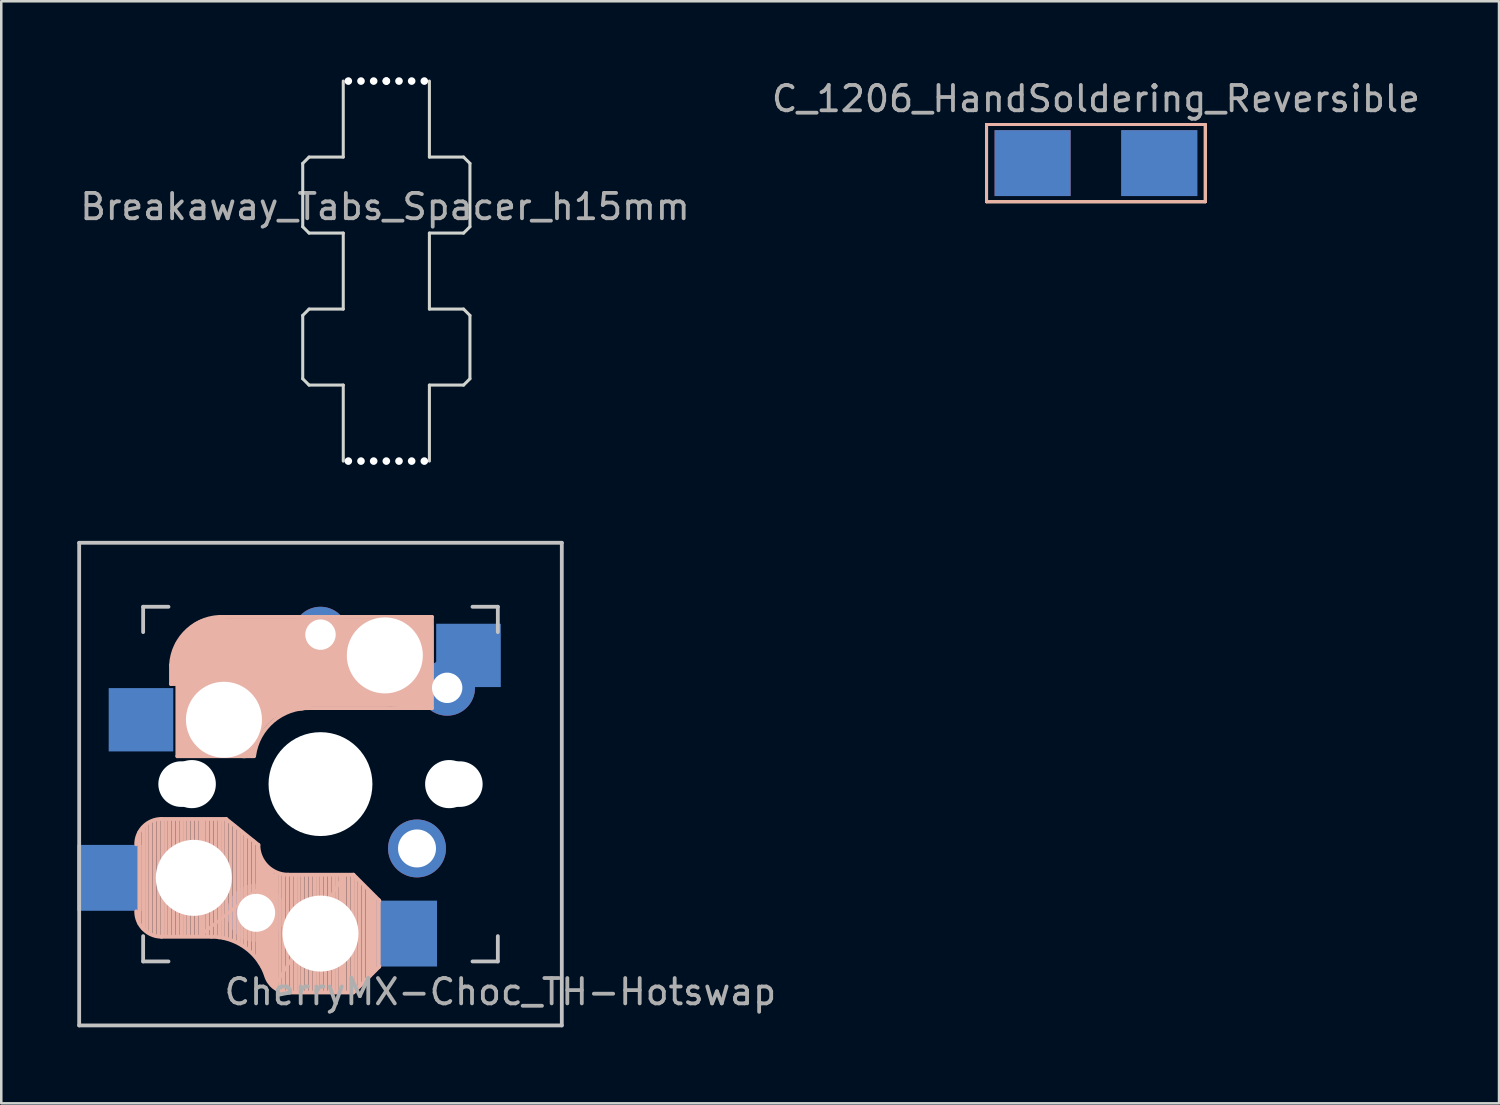
<source format=kicad_pcb>
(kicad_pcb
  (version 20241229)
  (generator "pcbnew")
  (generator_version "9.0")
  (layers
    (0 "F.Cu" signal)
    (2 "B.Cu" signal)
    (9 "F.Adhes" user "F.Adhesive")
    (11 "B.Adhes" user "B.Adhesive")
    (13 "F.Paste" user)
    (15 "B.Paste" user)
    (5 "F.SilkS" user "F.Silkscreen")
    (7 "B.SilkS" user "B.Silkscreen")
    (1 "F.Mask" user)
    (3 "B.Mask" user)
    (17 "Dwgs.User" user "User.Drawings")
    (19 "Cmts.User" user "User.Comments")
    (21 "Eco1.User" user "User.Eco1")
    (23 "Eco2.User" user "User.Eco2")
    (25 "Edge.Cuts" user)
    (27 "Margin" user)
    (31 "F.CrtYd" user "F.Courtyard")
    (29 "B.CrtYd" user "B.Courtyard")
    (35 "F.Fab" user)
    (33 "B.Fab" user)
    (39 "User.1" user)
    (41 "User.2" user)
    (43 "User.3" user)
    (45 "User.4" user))
  (footprint "Breakaway_Tabs_Spacer_h15mm"
    (layer "F.Cu")
    (at 12.199 7.65)
    (property "Reference" "Breakaway_Tabs_Spacer_h15mm" (at -0.05 -2.54 0) (layer "F.Fab") (effects (font (size 1 1) (thickness 0.15))))
    (attr through_hole)
    (fp_line (start -3.3 -4.25) (end -3.3 -1.75) (stroke (width 0.12) (type solid)) (layer "Edge.Cuts"))
    (fp_line (start -3.3 1.75) (end -3.3 4.25) (stroke (width 0.12) (type solid)) (layer "Edge.Cuts"))
    (fp_line (start -3.3 4.25) (end -3.05 4.5) (stroke (width 0.12) (type solid)) (layer "Edge.Cuts"))
    (fp_line (start -3.05 -4.5) (end -3.3 -4.25) (stroke (width 0.12) (type solid)) (layer "Edge.Cuts"))
    (fp_line (start -3.05 -4.5) (end -1.7 -4.5) (stroke (width 0.12) (type solid)) (layer "Edge.Cuts"))
    (fp_line (start -3.05 -1.5) (end -3.3 -1.75) (stroke (width 0.12) (type solid)) (layer "Edge.Cuts"))
    (fp_line (start -3.05 -1.5) (end -1.7 -1.5) (stroke (width 0.12) (type solid)) (layer "Edge.Cuts"))
    (fp_line (start -3.05 1.5) (end -3.3 1.75) (stroke (width 0.12) (type solid)) (layer "Edge.Cuts"))
    (fp_line (start -3.05 1.5) (end -1.7 1.5) (stroke (width 0.12) (type solid)) (layer "Edge.Cuts"))
    (fp_line (start -3.05 4.5) (end -1.7 4.5) (stroke (width 0.12) (type solid)) (layer "Edge.Cuts"))
    (fp_line (start -1.7 -4.5) (end -1.7 -7.5) (stroke (width 0.12) (type solid)) (layer "Edge.Cuts"))
    (fp_line (start -1.7 1.5) (end -1.7 -1.5) (stroke (width 0.12) (type solid)) (layer "Edge.Cuts"))
    (fp_line (start -1.7 7.5) (end -1.7 4.5) (stroke (width 0.12) (type solid)) (layer "Edge.Cuts"))
    (fp_line (start 1.7 -7.5) (end 1.7 -4.5) (stroke (width 0.12) (type solid)) (layer "Edge.Cuts"))
    (fp_line (start 1.7 -1.5) (end 1.7 1.5) (stroke (width 0.12) (type solid)) (layer "Edge.Cuts"))
    (fp_line (start 1.7 4.5) (end 1.7 7.5) (stroke (width 0.12) (type solid)) (layer "Edge.Cuts"))
    (fp_line (start 3.05 -4.5) (end 1.7 -4.5) (stroke (width 0.12) (type solid)) (layer "Edge.Cuts"))
    (fp_line (start 3.05 -1.5) (end 1.7 -1.5) (stroke (width 0.12) (type solid)) (layer "Edge.Cuts"))
    (fp_line (start 3.05 -1.5) (end 3.3 -1.75) (stroke (width 0.12) (type solid)) (layer "Edge.Cuts"))
    (fp_line (start 3.05 1.5) (end 1.7 1.5) (stroke (width 0.12) (type solid)) (layer "Edge.Cuts"))
    (fp_line (start 3.05 1.5) (end 3.3 1.75) (stroke (width 0.12) (type solid)) (layer "Edge.Cuts"))
    (fp_line (start 3.05 4.5) (end 1.7 4.5) (stroke (width 0.12) (type solid)) (layer "Edge.Cuts"))
    (fp_line (start 3.05 4.5) (end 3.3 4.25) (stroke (width 0.12) (type solid)) (layer "Edge.Cuts"))
    (fp_line (start 3.3 -4.25) (end 3.05 -4.5) (stroke (width 0.12) (type solid)) (layer "Edge.Cuts"))
    (fp_line (start 3.3 -1.75) (end 3.3 -4.25) (stroke (width 0.12) (type solid)) (layer "Edge.Cuts"))
    (fp_line (start 3.3 4.25) (end 3.3 1.75) (stroke (width 0.12) (type solid)) (layer "Edge.Cuts"))
    (pad "" np_thru_hole circle (at -1.5 -7.5 90) (size 0.3 0.3) (drill 0.3) (layers "*.Cu" "*.Mask"))
    (pad "" np_thru_hole circle (at -1.5 7.5 90) (size 0.3 0.3) (drill 0.3) (layers "*.Cu" "*.Mask"))
    (pad "" np_thru_hole circle (at -1 -7.5) (size 0.3 0.3) (drill 0.3) (layers "*.Cu" "*.Mask"))
    (pad "" np_thru_hole circle (at -1 7.5) (size 0.3 0.3) (drill 0.3) (layers "*.Cu" "*.Mask"))
    (pad "" np_thru_hole circle (at -0.5 -7.5) (size 0.3 0.3) (drill 0.3) (layers "*.Cu" "*.Mask"))
    (pad "" np_thru_hole circle (at -0.5 7.5) (size 0.3 0.3) (drill 0.3) (layers "*.Cu" "*.Mask"))
    (pad "" np_thru_hole circle (at 0 -7.5 270) (size 0.3 0.3) (drill 0.3) (layers "*.Cu" "*.Mask"))
    (pad "" np_thru_hole circle (at 0 -7.5 270) (size 0.3 0.3) (drill 0.3) (layers "*.Cu" "*.Mask"))
    (pad "" np_thru_hole circle (at 0 7.5 270) (size 0.3 0.3) (drill 0.3) (layers "*.Cu" "*.Mask"))
    (pad "" np_thru_hole circle (at 0.5 -7.5 180) (size 0.3 0.3) (drill 0.3) (layers "*.Cu" "*.Mask"))
    (pad "" np_thru_hole circle (at 0.5 7.5 180) (size 0.3 0.3) (drill 0.3) (layers "*.Cu" "*.Mask"))
    (pad "" np_thru_hole circle (at 1 -7.5 180) (size 0.3 0.3) (drill 0.3) (layers "*.Cu" "*.Mask"))
    (pad "" np_thru_hole circle (at 1 7.5 180) (size 0.3 0.3) (drill 0.3) (layers "*.Cu" "*.Mask"))
    (pad "" np_thru_hole circle (at 1.5 -7.5 270) (size 0.3 0.3) (drill 0.3) (layers "*.Cu" "*.Mask"))
    (pad "" np_thru_hole circle (at 1.5 7.5 270) (size 0.3 0.3) (drill 0.3) (layers "*.Cu" "*.Mask")))
  (footprint "CherryMX-Choc_TH-Hotswap"
    (layer "F.Cu")
    (at 9.6 27.9)
    (property "Reference" "CherryMX-Choc_TH-Hotswap" (at 7.1 8.2 0) (layer "F.Fab") (effects (font (size 1 1) (thickness 0.15))))
    (attr through_hole)
    (fp_line (start -7.15 5.5) (end -7.15 1.9) (stroke (width 0.15) (type solid)) (layer "B.SilkS"))
    (fp_line (start -7 5.7) (end -7 1.7) (stroke (width 0.15) (type solid)) (layer "B.SilkS"))
    (fp_line (start -6.85 5.8) (end -6.85 1.6) (stroke (width 0.15) (type solid)) (layer "B.SilkS"))
    (fp_line (start -6.7 5.9) (end -6.7 1.5) (stroke (width 0.15) (type solid)) (layer "B.SilkS"))
    (fp_line (start -6.55 5.95) (end -6.55 1.45) (stroke (width 0.15) (type solid)) (layer "B.SilkS"))
    (fp_line (start -6.4 6) (end -6.4 1.45) (stroke (width 0.15) (type solid)) (layer "B.SilkS"))
    (fp_line (start -6.25 6) (end -6.25 1.4) (stroke (width 0.15) (type solid)) (layer "B.SilkS"))
    (fp_line (start -6.1 6) (end -6.1 1.4) (stroke (width 0.15) (type solid)) (layer "B.SilkS"))
    (fp_line (start -5.95 6) (end -5.95 1.4) (stroke (width 0.15) (type solid)) (layer "B.SilkS"))
    (fp_line (start -5.9 -4.7) (end -5.9 -3.95) (stroke (width 0.15) (type solid)) (layer "B.SilkS"))
    (fp_line (start -5.9 -3.95) (end -5.7 -3.95) (stroke (width 0.15) (type solid)) (layer "B.SilkS"))
    (fp_line (start -5.8 -4.05) (end -5.8 -4.7) (stroke (width 0.3) (type solid)) (layer "B.SilkS"))
    (fp_line (start -5.8 6) (end -5.8 1.4) (stroke (width 0.15) (type solid)) (layer "B.SilkS"))
    (fp_line (start -5.65 -5.55) (end -5.65 -1.1) (stroke (width 0.15) (type solid)) (layer "B.SilkS"))
    (fp_line (start -5.65 -1.1) (end -2.62 -1.1) (stroke (width 0.15) (type solid)) (layer "B.SilkS"))
    (fp_line (start -5.65 6) (end -5.65 1.4) (stroke (width 0.15) (type solid)) (layer "B.SilkS"))
    (fp_line (start -5.5 6) (end -5.5 1.4) (stroke (width 0.15) (type solid)) (layer "B.SilkS"))
    (fp_line (start -5.45 -1.3) (end -3 -1.3) (stroke (width 0.5) (type solid)) (layer "B.SilkS"))
    (fp_line (start -5.35 6) (end -5.35 1.4) (stroke (width 0.15) (type solid)) (layer "B.SilkS"))
    (fp_line (start -5.3 -1.6) (end -5.3 -3.4) (stroke (width 0.8) (type solid)) (layer "B.SilkS"))
    (fp_line (start -5.2 6) (end -5.2 1.4) (stroke (width 0.15) (type solid)) (layer "B.SilkS"))
    (fp_line (start -5.05 6) (end -5.05 1.4) (stroke (width 0.15) (type solid)) (layer "B.SilkS"))
    (fp_line (start -4.9 6) (end -4.9 1.4) (stroke (width 0.15) (type solid)) (layer "B.SilkS"))
    (fp_line (start -4.75 6) (end -4.75 1.4) (stroke (width 0.15) (type solid)) (layer "B.SilkS"))
    (fp_line (start -4.65 5.9) (end -4.65 1.4) (stroke (width 0.12) (type solid)) (layer "B.SilkS"))
    (fp_line (start -4.6 6) (end -4.6 1.4) (stroke (width 0.15) (type solid)) (layer "B.SilkS"))
    (fp_line (start -4.45 6) (end -4.45 1.4) (stroke (width 0.15) (type solid)) (layer "B.SilkS"))
    (fp_line (start -4.3 6) (end -4.3 1.4) (stroke (width 0.15) (type solid)) (layer "B.SilkS"))
    (fp_line (start -4.3 6.025) (end -6.275 6.025) (stroke (width 0.15) (type solid)) (layer "B.SilkS"))
    (fp_line (start -4.17 -5.1) (end -4.17 -2.86) (stroke (width 3) (type solid)) (layer "B.SilkS"))
    (fp_line (start -4.15 6) (end -4.15 1.45) (stroke (width 0.15) (type solid)) (layer "B.SilkS"))
    (fp_line (start -4 6.05) (end -4 1.4) (stroke (width 0.15) (type solid)) (layer "B.SilkS"))
    (fp_line (start -3.85 6.05) (end -3.85 1.4) (stroke (width 0.15) (type solid)) (layer "B.SilkS"))
    (fp_line (start -3.725 1.375) (end -6.275 1.375) (stroke (width 0.15) (type solid)) (layer "B.SilkS"))
    (fp_line (start -3.725 1.375) (end -2.45 2.4) (stroke (width 0.15) (type solid)) (layer "B.SilkS"))
    (fp_line (start -3.7 6.05) (end -3.7 1.45) (stroke (width 0.15) (type solid)) (layer "B.SilkS"))
    (fp_line (start -3.55 6.1) (end -3.55 1.55) (stroke (width 0.15) (type solid)) (layer "B.SilkS"))
    (fp_line (start -3.4 6.2) (end -3.4 1.65) (stroke (width 0.15) (type solid)) (layer "B.SilkS"))
    (fp_line (start -3.25 6.25) (end -3.25 1.8) (stroke (width 0.15) (type solid)) (layer "B.SilkS"))
    (fp_line (start -3.1 6.35) (end -3.1 1.9) (stroke (width 0.15) (type solid)) (layer "B.SilkS"))
    (fp_line (start -2.95 6.45) (end -2.95 2.05) (stroke (width 0.15) (type solid)) (layer "B.SilkS"))
    (fp_line (start -2.8 6.55) (end -2.8 2.15) (stroke (width 0.15) (type solid)) (layer "B.SilkS"))
    (fp_line (start -2.65 6.7) (end -2.65 2.25) (stroke (width 0.15) (type solid)) (layer "B.SilkS"))
    (fp_line (start -2.5 6.85) (end -2.5 2.4) (stroke (width 0.15) (type solid)) (layer "B.SilkS"))
    (fp_line (start -2.4 7.05) (end -2.4 2.9) (stroke (width 0.15) (type solid)) (layer "B.SilkS"))
    (fp_line (start -2.3 7.2) (end -2.3 3.05) (stroke (width 0.15) (type solid)) (layer "B.SilkS"))
    (fp_line (start -2.2 7.4) (end -2.2 3.25) (stroke (width 0.15) (type solid)) (layer "B.SilkS"))
    (fp_line (start -2.1 7.55) (end -2.1 3.35) (stroke (width 0.15) (type solid)) (layer "B.SilkS"))
    (fp_line (start -2 7.8) (end -2 3.4) (stroke (width 0.15) (type solid)) (layer "B.SilkS"))
    (fp_line (start -1.9 7.95) (end -1.9 3.45) (stroke (width 0.15) (type solid)) (layer "B.SilkS"))
    (fp_line (start -1.8 3.6) (end -4.65 5.9) (stroke (width 0.12) (type solid)) (layer "B.SilkS"))
    (fp_line (start -1.8 7.95) (end -1.8 3.6) (stroke (width 0.12) (type solid)) (layer "B.SilkS"))
    (fp_line (start -1.75 8.05) (end -1.75 3.5) (stroke (width 0.15) (type solid)) (layer "B.SilkS"))
    (fp_line (start -1.6 8.15) (end -1.6 3.6) (stroke (width 0.15) (type solid)) (layer "B.SilkS"))
    (fp_line (start -1.45 8.2) (end -1.45 3.6) (stroke (width 0.15) (type solid)) (layer "B.SilkS"))
    (fp_line (start -1.3 8.2) (end -1.3 3.6) (stroke (width 0.15) (type solid)) (layer "B.SilkS"))
    (fp_line (start -1.15 8.2) (end -1.15 3.65) (stroke (width 0.15) (type solid)) (layer "B.SilkS"))
    (fp_line (start -1 8.2) (end -1 3.6) (stroke (width 0.15) (type solid)) (layer "B.SilkS"))
    (fp_line (start -0.85 8.2) (end -0.85 3.6) (stroke (width 0.15) (type solid)) (layer "B.SilkS"))
    (fp_line (start -0.7 8.2) (end -0.7 3.6) (stroke (width 0.15) (type solid)) (layer "B.SilkS"))
    (fp_line (start -0.55 8.2) (end -0.55 3.6) (stroke (width 0.15) (type solid)) (layer "B.SilkS"))
    (fp_line (start -0.4 -3) (end 4.4 -3) (stroke (width 0.15) (type solid)) (layer "B.SilkS"))
    (fp_line (start -0.4 8.2) (end -0.4 3.6) (stroke (width 0.15) (type solid)) (layer "B.SilkS"))
    (fp_line (start -0.25 8.2) (end -0.25 3.6) (stroke (width 0.15) (type solid)) (layer "B.SilkS"))
    (fp_line (start -0.1 8.2) (end -0.1 3.6) (stroke (width 0.15) (type solid)) (layer "B.SilkS"))
    (fp_line (start 0.05 8.2) (end 0.05 3.6) (stroke (width 0.15) (type solid)) (layer "B.SilkS"))
    (fp_line (start 0.2 8.2) (end 0.2 3.6) (stroke (width 0.15) (type solid)) (layer "B.SilkS"))
    (fp_line (start 0.35 8.2) (end 0.35 3.6) (stroke (width 0.15) (type solid)) (layer "B.SilkS"))
    (fp_line (start 0.5 8.2) (end 0.5 3.6) (stroke (width 0.15) (type solid)) (layer "B.SilkS"))
    (fp_line (start 0.65 8.2) (end 0.65 3.6) (stroke (width 0.15) (type solid)) (layer "B.SilkS"))
    (fp_line (start 0.8 8.2) (end 0.8 3.6) (stroke (width 0.15) (type solid)) (layer "B.SilkS"))
    (fp_line (start 0.9 3.65) (end -1.8 7.95) (stroke (width 0.12) (type solid)) (layer "B.SilkS"))
    (fp_line (start 0.9 8.1) (end 0.9 3.65) (stroke (width 0.12) (type solid)) (layer "B.SilkS"))
    (fp_line (start 0.95 8.2) (end 0.95 3.6) (stroke (width 0.15) (type solid)) (layer "B.SilkS"))
    (fp_line (start 1.1 8.2) (end 1.1 3.6) (stroke (width 0.15) (type solid)) (layer "B.SilkS"))
    (fp_line (start 1.25 8.2) (end 1.25 3.6) (stroke (width 0.15) (type solid)) (layer "B.SilkS"))
    (fp_line (start 1.3 3.575) (end -1.275 3.575) (stroke (width 0.15) (type solid)) (layer "B.SilkS"))
    (fp_line (start 1.3 3.575) (end 2.325 4.6) (stroke (width 0.15) (type solid)) (layer "B.SilkS"))
    (fp_line (start 1.3 8.225) (end -1.3 8.225) (stroke (width 0.15) (type solid)) (layer "B.SilkS"))
    (fp_line (start 1.3 8.225) (end 2.325 7.2) (stroke (width 0.15) (type solid)) (layer "B.SilkS"))
    (fp_line (start 1.4 8.1) (end 1.4 3.7) (stroke (width 0.15) (type solid)) (layer "B.SilkS"))
    (fp_line (start 1.55 7.95) (end 1.55 3.85) (stroke (width 0.15) (type solid)) (layer "B.SilkS"))
    (fp_line (start 1.7 7.8) (end 1.7 4) (stroke (width 0.15) (type solid)) (layer "B.SilkS"))
    (fp_line (start 1.85 7.65) (end 1.85 4.15) (stroke (width 0.15) (type solid)) (layer "B.SilkS"))
    (fp_line (start 1.95 7.55) (end 1.95 4.25) (stroke (width 0.15) (type solid)) (layer "B.SilkS"))
    (fp_line (start 2.05 7.45) (end 2.05 4.35) (stroke (width 0.15) (type solid)) (layer "B.SilkS"))
    (fp_line (start 2.15 7.35) (end 2.15 4.45) (stroke (width 0.15) (type solid)) (layer "B.SilkS"))
    (fp_line (start 2.3 4.575) (end 2.3 7.225) (stroke (width 0.15) (type solid)) (layer "B.SilkS"))
    (fp_line (start 2.6 -4.8) (end -4.1 -4.8) (stroke (width 3.5) (type solid)) (layer "B.SilkS"))
    (fp_line (start 3.9 -6) (end 3.9 -3.5) (stroke (width 1) (type solid)) (layer "B.SilkS"))
    (fp_line (start 4.2 -3.25) (end 2.9 -3.3) (stroke (width 0.5) (type solid)) (layer "B.SilkS"))
    (fp_line (start 4.25 -6.4) (end 3 -6.4) (stroke (width 0.4) (type solid)) (layer "B.SilkS"))
    (fp_line (start 4.38 -4) (end 4.38 -6.25) (stroke (width 0.15) (type solid)) (layer "B.SilkS"))
    (fp_line (start 4.4 -6.6) (end -3.8 -6.6) (stroke (width 0.15) (type solid)) (layer "B.SilkS"))
    (fp_line (start 4.4 -3) (end 4.4 -6.6) (stroke (width 0.15) (type solid)) (layer "B.SilkS"))
    (fp_arc (start -7.275 2.375) (mid -6.982107 1.667893) (end -6.275 1.375) (stroke (width 0.15) (type solid)) (layer "B.SilkS"))
    (fp_arc (start -6.275 6.025) (mid -6.982107 5.732107) (end -7.275 5.025) (stroke (width 0.15) (type solid)) (layer "B.SilkS"))
    (fp_arc (start -5.9 -4.699999) (mid -5.243504 -6.084924) (end -3.800001 -6.6) (stroke (width 0.15) (type solid)) (layer "B.SilkS"))
    (fp_arc (start -4.3 6.025) (mid -2.995114 6.436429) (end -2.162199 7.521904) (stroke (width 0.15) (type solid)) (layer "B.SilkS"))
    (fp_arc (start -3.016318 -1.521471) (mid -2.268709 -2.886118) (end -0.8 -3.4) (stroke (width 1) (type solid)) (layer "B.SilkS"))
    (fp_arc (start -2.616318 -1.121471) (mid -1.868709 -2.486118) (end -0.4 -3) (stroke (width 0.15) (type solid)) (layer "B.SilkS"))
    (fp_arc (start -1.300995 8.223791) (mid -1.848284 8.016021) (end -2.162199 7.521904) (stroke (width 0.15) (type solid)) (layer "B.SilkS"))
    (fp_arc (start -1.275 3.575) (mid -2.10585 3.23085) (end -2.45 2.4) (stroke (width 0.15) (type solid)) (layer "B.SilkS"))
    (fp_line (start -9.525 -9.525) (end 9.525 -9.525) (stroke (width 0.15) (type solid)) (layer "Dwgs.User"))
    (fp_line (start -9.525 9.525) (end -9.525 -9.525) (stroke (width 0.15) (type solid)) (layer "Dwgs.User"))
    (fp_line (start -7 -7) (end -6 -7) (stroke (width 0.15) (type solid)) (layer "Dwgs.User"))
    (fp_line (start -7 -6) (end -7 -7) (stroke (width 0.15) (type solid)) (layer "Dwgs.User"))
    (fp_line (start -7 6) (end -7 7) (stroke (width 0.15) (type solid)) (layer "Dwgs.User"))
    (fp_line (start -7 7) (end -6 7) (stroke (width 0.15) (type solid)) (layer "Dwgs.User"))
    (fp_line (start 6 7) (end 7 7) (stroke (width 0.15) (type solid)) (layer "Dwgs.User"))
    (fp_line (start 7 -7) (end 6 -7) (stroke (width 0.15) (type solid)) (layer "Dwgs.User"))
    (fp_line (start 7 -7) (end 7 -6) (stroke (width 0.15) (type solid)) (layer "Dwgs.User"))
    (fp_line (start 7 7) (end 7 6) (stroke (width 0.15) (type solid)) (layer "Dwgs.User"))
    (fp_line (start 9.525 -9.525) (end 9.525 9.525) (stroke (width 0.15) (type solid)) (layer "Dwgs.User"))
    (fp_line (start 9.525 9.525) (end -9.525 9.525) (stroke (width 0.15) (type solid)) (layer "Dwgs.User"))
    (pad "" np_thru_hole circle (at -5.5 0) (size 1.8 1.8) (drill 1.8) (layers "*.Cu" "*.Mask"))
    (pad "" np_thru_hole circle (at -5.22 4.2) (size 1.2 1.2) (drill 1.2) (layers "*.Cu" "*.Mask"))
    (pad "" np_thru_hole circle (at -5.08 0) (size 1.9 1.9) (drill 1.9) (layers "*.Cu" "*.Mask"))
    (pad "" np_thru_hole circle (at -5 3.7 90) (size 3 3) (drill 3) (layers "*.Cu" "*.Mask"))
    (pad "" np_thru_hole circle (at -3.81 -2.54) (size 3 3) (drill 3) (layers "*.Cu" "*.Mask"))
    (pad "" np_thru_hole circle (at 0 0) (size 3.2 3.2) (drill 3.2) (layers "*.Cu" "*.Mask"))
    (pad "" np_thru_hole circle (at 0 0 90) (size 4.1 4.1) (drill 4.1) (layers "*.Cu" "*.Mask"))
    (pad "" np_thru_hole circle (at 0 5.9 90) (size 3 3) (drill 3) (layers "*.Cu" "*.Mask"))
    (pad "" np_thru_hole circle (at 2.54 -5.08) (size 3 3) (drill 3) (layers "*.Cu" "*.Mask"))
    (pad "" np_thru_hole circle (at 5.08 0) (size 1.9 1.9) (drill 1.9) (layers "*.Cu" "*.Mask"))
    (pad "" np_thru_hole circle (at 5.5 0) (size 1.8 1.8) (drill 1.8) (layers "*.Cu" "*.Mask"))
    (pad "1" smd rect (at -8.3 3.7 180) (size 2.6 2.6) (layers "B.Cu" "B.Mask" "B.Paste"))
    (pad "1" smd rect (at -7.085 -2.54 180) (size 2.55 2.5) (layers "B.Cu" "B.Mask" "B.Paste"))
    (pad "1" thru_hole circle (at -2.54 5.08 180) (size 2.286 2.286) (drill 1.499) (layers "*.Cu" "*.Mask"))
    (pad "1" thru_hole circle (at 0 -5.9) (size 2.2 2.2) (drill 1.2) (layers "*.Cu" "B.Mask"))
    (pad "2" smd rect (at 3.3 5.9 180) (size 2.6 2.6) (layers "B.Cu" "B.Mask" "B.Paste"))
    (pad "2" thru_hole circle (at 3.81 2.54 180) (size 2.286 2.286) (drill 1.499) (layers "*.Cu" "*.Mask"))
    (pad "2" thru_hole circle (at 5 -3.8) (size 2.2 2.2) (drill 1.2) (layers "*.Cu" "B.Mask"))
    (pad "2" smd rect (at 5.842 -5.08 180) (size 2.55 2.5) (layers "B.Cu" "B.Mask" "B.Paste")))
  (footprint "C_1206_HandSoldering_Reversible"
    (layer "F.Cu")
    (at 40.208 3.388)
    (property "Reference" "C_1206_HandSoldering_Reversible" (at 0 -2.54 0) (layer "F.Fab") (effects (font (size 1 1) (thickness 0.15))))
    (attr smd)
    (fp_line (start -4.318 -1.524) (end -4.318 1.524) (stroke (width 0.12) (type solid)) (layer "F.SilkS"))
    (fp_line (start -4.318 1.524) (end 4.318 1.524) (stroke (width 0.12) (type solid)) (layer "F.SilkS"))
    (fp_line (start 4.318 -1.524) (end -4.318 -1.524) (stroke (width 0.12) (type solid)) (layer "F.SilkS"))
    (fp_line (start 4.318 1.524) (end 4.318 -1.524) (stroke (width 0.12) (type solid)) (layer "F.SilkS"))
    (fp_line (start -4.318 -1.524) (end 4.318 -1.524) (stroke (width 0.12) (type solid)) (layer "B.SilkS"))
    (fp_line (start -4.318 1.524) (end -4.318 -1.524) (stroke (width 0.12) (type solid)) (layer "B.SilkS"))
    (fp_line (start 4.318 -1.524) (end 4.318 1.524) (stroke (width 0.12) (type solid)) (layer "B.SilkS"))
    (fp_line (start 4.318 1.524) (end -4.318 1.524) (stroke (width 0.12) (type solid)) (layer "B.SilkS"))
    (pad "1" smd rect (at -2.5 0) (size 3 2.6) (layers "F.Cu" "F.Mask" "F.Paste"))
    (pad "1" smd rect (at 2.5 0) (size 3 2.6) (layers "B.Cu" "B.Mask" "B.Paste"))
    (pad "2" smd rect (at -2.5 0) (size 3 2.6) (layers "B.Cu" "B.Mask" "B.Paste"))
    (pad "2" smd rect (at 2.5 0) (size 3 2.6) (layers "F.Cu" "F.Mask" "F.Paste")))
  (gr_rect
    (start -3 -3)
    (end 56.119 40.5)
    (stroke (width 0.1) (type default))
    (fill no)
    (layer "Edge.Cuts")))
</source>
